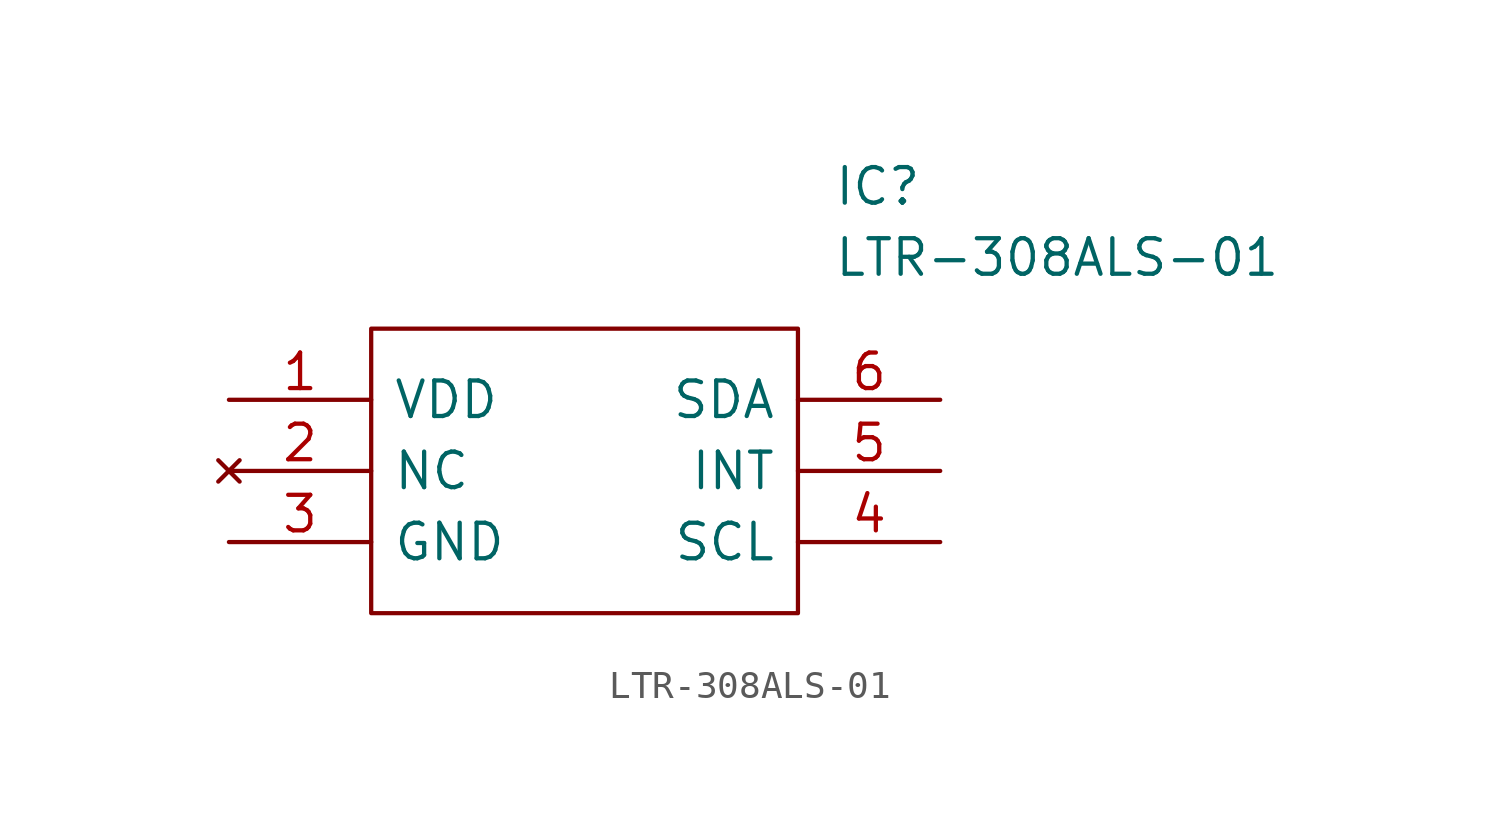
<source format=kicad_sym>
(kicad_symbol_lib
  (version 20220914)
  (generator kicad_symbol_editor)
  (symbol "LTR-308ALS-01"
    (pin_names
      (offset 0.762))
    (property "Reference" "IC"
      (at 21.59 7.62 0)
      (effects (font (size 1.27 1.27)) (justify left)))
    (property "Value" "LTR-308ALS-01"
      (at 21.59 5.08 0)
      (effects (font (size 1.27 1.27)) (justify left)))
    (symbol "LTR-308ALS-01_0_0"
      (pin passive line (at 0 0 0) (length 5.08) (name "VDD" (effects (font (size 1.27 1.27)))) (number "1" (effects (font (size 1.27 1.27)))))
      (pin no_connect line (at 0 -2.54 0) (length 5.08) (name "NC" (effects (font (size 1.27 1.27)))) (number "2" (effects (font (size 1.27 1.27)))))
      (pin passive line (at 0 -5.08 0) (length 5.08) (name "GND" (effects (font (size 1.27 1.27)))) (number "3" (effects (font (size 1.27 1.27)))))
      (pin passive line (at 25.4 -5.08 180) (length 5.08) (name "SCL" (effects (font (size 1.27 1.27)))) (number "4" (effects (font (size 1.27 1.27)))))
      (pin passive line (at 25.4 -2.54 180) (length 5.08) (name "INT" (effects (font (size 1.27 1.27)))) (number "5" (effects (font (size 1.27 1.27)))))
      (pin passive line (at 25.4 0 180) (length 5.08) (name "SDA" (effects (font (size 1.27 1.27)))) (number "6" (effects (font (size 1.27 1.27))))))
    (symbol "LTR-308ALS-01_0_1"
      (polyline (pts (xy 5.08 2.54) (xy 20.32 2.54) (xy 20.32 -7.62) (xy 5.08 -7.62) (xy 5.08 2.54)) (stroke (width 0.152) (type solid)) (fill (type none))))))
</source>
